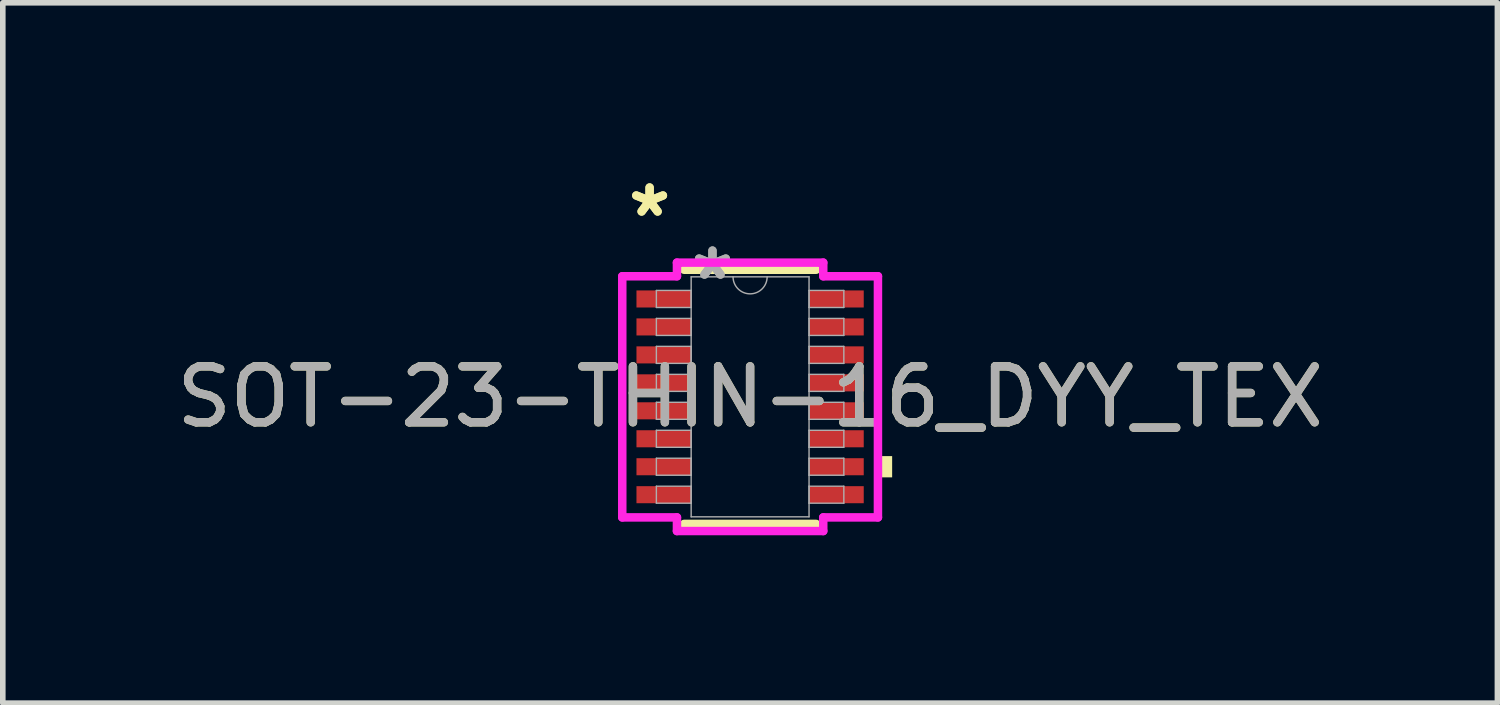
<source format=kicad_pcb>
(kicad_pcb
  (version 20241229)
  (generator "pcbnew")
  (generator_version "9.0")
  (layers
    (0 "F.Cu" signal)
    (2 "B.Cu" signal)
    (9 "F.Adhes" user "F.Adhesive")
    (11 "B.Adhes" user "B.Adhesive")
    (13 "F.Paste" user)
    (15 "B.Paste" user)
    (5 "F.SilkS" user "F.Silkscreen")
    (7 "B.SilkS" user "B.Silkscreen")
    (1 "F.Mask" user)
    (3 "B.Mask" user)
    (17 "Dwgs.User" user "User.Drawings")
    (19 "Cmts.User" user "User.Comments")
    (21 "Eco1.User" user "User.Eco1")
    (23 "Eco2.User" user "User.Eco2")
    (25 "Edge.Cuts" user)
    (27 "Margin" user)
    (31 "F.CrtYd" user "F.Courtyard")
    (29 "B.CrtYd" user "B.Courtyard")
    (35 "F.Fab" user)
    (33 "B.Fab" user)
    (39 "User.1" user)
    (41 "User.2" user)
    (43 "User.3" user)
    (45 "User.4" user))
  (footprint "SOT-23-THIN-16_DYY_TEX"
    (layer "F.Cu")
    (at 10.363 4.046)
    (property "Reference" "SOT-23-THIN-16_DYY_TEX" (at 0 0 0) (unlocked yes) (layer "F.SilkS") (effects (font (size 1 1) (thickness 0.15))))
    (attr smd)
    (fp_line (start -1.181 2.273) (end 1.181 2.273) (stroke (width 0.152) (type solid)) (layer "F.SilkS"))
    (fp_line (start 1.181 -2.273) (end -1.181 -2.273) (stroke (width 0.152) (type solid)) (layer "F.SilkS"))
    (fp_poly (pts (xy 2.54 1.06) (xy 2.54 1.44) (xy 2.286 1.44) (xy 2.286 1.06)) (stroke (width 0) (type solid)) (fill yes) (layer "F.SilkS"))
    (fp_line (start -2.286 -2.156) (end -1.308 -2.156) (stroke (width 0.152) (type solid)) (layer "F.CrtYd"))
    (fp_line (start -2.286 2.156) (end -2.286 -2.156) (stroke (width 0.152) (type solid)) (layer "F.CrtYd"))
    (fp_line (start -2.286 2.156) (end -1.308 2.156) (stroke (width 0.152) (type solid)) (layer "F.CrtYd"))
    (fp_line (start -1.308 -2.4) (end 1.308 -2.4) (stroke (width 0.152) (type solid)) (layer "F.CrtYd"))
    (fp_line (start -1.308 -2.156) (end -1.308 -2.4) (stroke (width 0.152) (type solid)) (layer "F.CrtYd"))
    (fp_line (start -1.308 2.4) (end -1.308 2.156) (stroke (width 0.152) (type solid)) (layer "F.CrtYd"))
    (fp_line (start 1.308 -2.4) (end 1.308 -2.156) (stroke (width 0.152) (type solid)) (layer "F.CrtYd"))
    (fp_line (start 1.308 2.156) (end 1.308 2.4) (stroke (width 0.152) (type solid)) (layer "F.CrtYd"))
    (fp_line (start 1.308 2.4) (end -1.308 2.4) (stroke (width 0.152) (type solid)) (layer "F.CrtYd"))
    (fp_line (start 2.286 -2.156) (end 1.308 -2.156) (stroke (width 0.152) (type solid)) (layer "F.CrtYd"))
    (fp_line (start 2.286 -2.156) (end 2.286 2.156) (stroke (width 0.152) (type solid)) (layer "F.CrtYd"))
    (fp_line (start 2.286 2.156) (end 1.308 2.156) (stroke (width 0.152) (type solid)) (layer "F.CrtYd"))
    (fp_line (start -1.676 -1.902) (end -1.676 -1.598) (stroke (width 0.025) (type solid)) (layer "F.Fab"))
    (fp_line (start -1.676 -1.598) (end -1.054 -1.598) (stroke (width 0.025) (type solid)) (layer "F.Fab"))
    (fp_line (start -1.676 -1.402) (end -1.676 -1.098) (stroke (width 0.025) (type solid)) (layer "F.Fab"))
    (fp_line (start -1.676 -1.098) (end -1.054 -1.098) (stroke (width 0.025) (type solid)) (layer "F.Fab"))
    (fp_line (start -1.676 -0.902) (end -1.676 -0.598) (stroke (width 0.025) (type solid)) (layer "F.Fab"))
    (fp_line (start -1.676 -0.598) (end -1.054 -0.598) (stroke (width 0.025) (type solid)) (layer "F.Fab"))
    (fp_line (start -1.676 -0.402) (end -1.676 -0.098) (stroke (width 0.025) (type solid)) (layer "F.Fab"))
    (fp_line (start -1.676 -0.098) (end -1.054 -0.098) (stroke (width 0.025) (type solid)) (layer "F.Fab"))
    (fp_line (start -1.676 0.098) (end -1.676 0.402) (stroke (width 0.025) (type solid)) (layer "F.Fab"))
    (fp_line (start -1.676 0.402) (end -1.054 0.402) (stroke (width 0.025) (type solid)) (layer "F.Fab"))
    (fp_line (start -1.676 0.598) (end -1.676 0.902) (stroke (width 0.025) (type solid)) (layer "F.Fab"))
    (fp_line (start -1.676 0.902) (end -1.054 0.902) (stroke (width 0.025) (type solid)) (layer "F.Fab"))
    (fp_line (start -1.676 1.098) (end -1.676 1.402) (stroke (width 0.025) (type solid)) (layer "F.Fab"))
    (fp_line (start -1.676 1.402) (end -1.054 1.402) (stroke (width 0.025) (type solid)) (layer "F.Fab"))
    (fp_line (start -1.676 1.598) (end -1.676 1.902) (stroke (width 0.025) (type solid)) (layer "F.Fab"))
    (fp_line (start -1.676 1.902) (end -1.054 1.902) (stroke (width 0.025) (type solid)) (layer "F.Fab"))
    (fp_line (start -1.054 -2.146) (end -1.054 2.146) (stroke (width 0.025) (type solid)) (layer "F.Fab"))
    (fp_line (start -1.054 -1.902) (end -1.676 -1.902) (stroke (width 0.025) (type solid)) (layer "F.Fab"))
    (fp_line (start -1.054 -1.598) (end -1.054 -1.902) (stroke (width 0.025) (type solid)) (layer "F.Fab"))
    (fp_line (start -1.054 -1.402) (end -1.676 -1.402) (stroke (width 0.025) (type solid)) (layer "F.Fab"))
    (fp_line (start -1.054 -1.098) (end -1.054 -1.402) (stroke (width 0.025) (type solid)) (layer "F.Fab"))
    (fp_line (start -1.054 -0.902) (end -1.676 -0.902) (stroke (width 0.025) (type solid)) (layer "F.Fab"))
    (fp_line (start -1.054 -0.598) (end -1.054 -0.902) (stroke (width 0.025) (type solid)) (layer "F.Fab"))
    (fp_line (start -1.054 -0.402) (end -1.676 -0.402) (stroke (width 0.025) (type solid)) (layer "F.Fab"))
    (fp_line (start -1.054 -0.098) (end -1.054 -0.402) (stroke (width 0.025) (type solid)) (layer "F.Fab"))
    (fp_line (start -1.054 0.098) (end -1.676 0.098) (stroke (width 0.025) (type solid)) (layer "F.Fab"))
    (fp_line (start -1.054 0.402) (end -1.054 0.098) (stroke (width 0.025) (type solid)) (layer "F.Fab"))
    (fp_line (start -1.054 0.598) (end -1.676 0.598) (stroke (width 0.025) (type solid)) (layer "F.Fab"))
    (fp_line (start -1.054 0.902) (end -1.054 0.598) (stroke (width 0.025) (type solid)) (layer "F.Fab"))
    (fp_line (start -1.054 1.098) (end -1.676 1.098) (stroke (width 0.025) (type solid)) (layer "F.Fab"))
    (fp_line (start -1.054 1.402) (end -1.054 1.098) (stroke (width 0.025) (type solid)) (layer "F.Fab"))
    (fp_line (start -1.054 1.598) (end -1.676 1.598) (stroke (width 0.025) (type solid)) (layer "F.Fab"))
    (fp_line (start -1.054 1.902) (end -1.054 1.598) (stroke (width 0.025) (type solid)) (layer "F.Fab"))
    (fp_line (start -1.054 2.146) (end 1.054 2.146) (stroke (width 0.025) (type solid)) (layer "F.Fab"))
    (fp_line (start 1.054 -2.146) (end -1.054 -2.146) (stroke (width 0.025) (type solid)) (layer "F.Fab"))
    (fp_line (start 1.054 -1.902) (end 1.054 -1.598) (stroke (width 0.025) (type solid)) (layer "F.Fab"))
    (fp_line (start 1.054 -1.598) (end 1.676 -1.598) (stroke (width 0.025) (type solid)) (layer "F.Fab"))
    (fp_line (start 1.054 -1.402) (end 1.054 -1.098) (stroke (width 0.025) (type solid)) (layer "F.Fab"))
    (fp_line (start 1.054 -1.098) (end 1.676 -1.098) (stroke (width 0.025) (type solid)) (layer "F.Fab"))
    (fp_line (start 1.054 -0.902) (end 1.054 -0.598) (stroke (width 0.025) (type solid)) (layer "F.Fab"))
    (fp_line (start 1.054 -0.598) (end 1.676 -0.598) (stroke (width 0.025) (type solid)) (layer "F.Fab"))
    (fp_line (start 1.054 -0.402) (end 1.054 -0.098) (stroke (width 0.025) (type solid)) (layer "F.Fab"))
    (fp_line (start 1.054 -0.098) (end 1.676 -0.098) (stroke (width 0.025) (type solid)) (layer "F.Fab"))
    (fp_line (start 1.054 0.098) (end 1.054 0.402) (stroke (width 0.025) (type solid)) (layer "F.Fab"))
    (fp_line (start 1.054 0.402) (end 1.676 0.402) (stroke (width 0.025) (type solid)) (layer "F.Fab"))
    (fp_line (start 1.054 0.598) (end 1.054 0.902) (stroke (width 0.025) (type solid)) (layer "F.Fab"))
    (fp_line (start 1.054 0.902) (end 1.676 0.902) (stroke (width 0.025) (type solid)) (layer "F.Fab"))
    (fp_line (start 1.054 1.098) (end 1.054 1.402) (stroke (width 0.025) (type solid)) (layer "F.Fab"))
    (fp_line (start 1.054 1.402) (end 1.676 1.402) (stroke (width 0.025) (type solid)) (layer "F.Fab"))
    (fp_line (start 1.054 1.598) (end 1.054 1.902) (stroke (width 0.025) (type solid)) (layer "F.Fab"))
    (fp_line (start 1.054 1.902) (end 1.676 1.902) (stroke (width 0.025) (type solid)) (layer "F.Fab"))
    (fp_line (start 1.054 2.146) (end 1.054 -2.146) (stroke (width 0.025) (type solid)) (layer "F.Fab"))
    (fp_line (start 1.676 -1.902) (end 1.054 -1.902) (stroke (width 0.025) (type solid)) (layer "F.Fab"))
    (fp_line (start 1.676 -1.598) (end 1.676 -1.902) (stroke (width 0.025) (type solid)) (layer "F.Fab"))
    (fp_line (start 1.676 -1.402) (end 1.054 -1.402) (stroke (width 0.025) (type solid)) (layer "F.Fab"))
    (fp_line (start 1.676 -1.098) (end 1.676 -1.402) (stroke (width 0.025) (type solid)) (layer "F.Fab"))
    (fp_line (start 1.676 -0.902) (end 1.054 -0.902) (stroke (width 0.025) (type solid)) (layer "F.Fab"))
    (fp_line (start 1.676 -0.598) (end 1.676 -0.902) (stroke (width 0.025) (type solid)) (layer "F.Fab"))
    (fp_line (start 1.676 -0.402) (end 1.054 -0.402) (stroke (width 0.025) (type solid)) (layer "F.Fab"))
    (fp_line (start 1.676 -0.098) (end 1.676 -0.402) (stroke (width 0.025) (type solid)) (layer "F.Fab"))
    (fp_line (start 1.676 0.098) (end 1.054 0.098) (stroke (width 0.025) (type solid)) (layer "F.Fab"))
    (fp_line (start 1.676 0.402) (end 1.676 0.098) (stroke (width 0.025) (type solid)) (layer "F.Fab"))
    (fp_line (start 1.676 0.598) (end 1.054 0.598) (stroke (width 0.025) (type solid)) (layer "F.Fab"))
    (fp_line (start 1.676 0.902) (end 1.676 0.598) (stroke (width 0.025) (type solid)) (layer "F.Fab"))
    (fp_line (start 1.676 1.098) (end 1.054 1.098) (stroke (width 0.025) (type solid)) (layer "F.Fab"))
    (fp_line (start 1.676 1.402) (end 1.676 1.098) (stroke (width 0.025) (type solid)) (layer "F.Fab"))
    (fp_line (start 1.676 1.598) (end 1.054 1.598) (stroke (width 0.025) (type solid)) (layer "F.Fab"))
    (fp_line (start 1.676 1.902) (end 1.676 1.598) (stroke (width 0.025) (type solid)) (layer "F.Fab"))
    (fp_arc (start 0.3048 -2.1463) (mid 0 -1.8415) (end -0.3048 -2.1463) (stroke (width 0.0254) (type solid)) (layer "F.Fab"))
    (fp_text user "*" (at -1.797 -3.198 0) (unlocked yes) (layer "F.SilkS") (effects (font (size 1 1) (thickness 0.15))))
    (fp_text user "*" (at -1.797 -3.198 0) (layer "F.SilkS") (effects (font (size 1 1) (thickness 0.15))))
    (fp_text user "*" (at -0.673 -2.07 0) (layer "F.Fab") (effects (font (size 1 1) (thickness 0.15))))
    (fp_text user "${REFERENCE}" (at 0 0 0) (unlocked yes) (layer "F.Fab") (effects (font (size 1 1) (thickness 0.15))))
    (fp_text user "*" (at -0.673 -2.07 0) (unlocked yes) (layer "F.Fab") (effects (font (size 1 1) (thickness 0.15))))
    (pad "1" smd rect (at -1.543 -1.75) (size 0.978 0.305) (layers "F.Cu" "F.Mask" "F.Paste"))
    (pad "2" smd rect (at -1.543 -1.25) (size 0.978 0.305) (layers "F.Cu" "F.Mask" "F.Paste"))
    (pad "3" smd rect (at -1.543 -0.75) (size 0.978 0.305) (layers "F.Cu" "F.Mask" "F.Paste"))
    (pad "4" smd rect (at -1.543 -0.25) (size 0.978 0.305) (layers "F.Cu" "F.Mask" "F.Paste"))
    (pad "5" smd rect (at -1.543 0.25) (size 0.978 0.305) (layers "F.Cu" "F.Mask" "F.Paste"))
    (pad "6" smd rect (at -1.543 0.75) (size 0.978 0.305) (layers "F.Cu" "F.Mask" "F.Paste"))
    (pad "7" smd rect (at -1.543 1.25) (size 0.978 0.305) (layers "F.Cu" "F.Mask" "F.Paste"))
    (pad "8" smd rect (at -1.543 1.75) (size 0.978 0.305) (layers "F.Cu" "F.Mask" "F.Paste"))
    (pad "9" smd rect (at 1.543 1.75) (size 0.978 0.305) (layers "F.Cu" "F.Mask" "F.Paste"))
    (pad "10" smd rect (at 1.543 1.25) (size 0.978 0.305) (layers "F.Cu" "F.Mask" "F.Paste"))
    (pad "11" smd rect (at 1.543 0.75) (size 0.978 0.305) (layers "F.Cu" "F.Mask" "F.Paste"))
    (pad "12" smd rect (at 1.543 0.25) (size 0.978 0.305) (layers "F.Cu" "F.Mask" "F.Paste"))
    (pad "13" smd rect (at 1.543 -0.25) (size 0.978 0.305) (layers "F.Cu" "F.Mask" "F.Paste"))
    (pad "14" smd rect (at 1.543 -0.75) (size 0.978 0.305) (layers "F.Cu" "F.Mask" "F.Paste"))
    (pad "15" smd rect (at 1.543 -1.25) (size 0.978 0.305) (layers "F.Cu" "F.Mask" "F.Paste"))
    (pad "16" smd rect (at 1.543 -1.75) (size 0.978 0.305) (layers "F.Cu" "F.Mask" "F.Paste")))
  (gr_rect
    (start -3 -3)
    (end 23.726 9.523)
    (stroke (width 0.1) (type default))
    (fill no)
    (layer "Edge.Cuts")))
</source>
